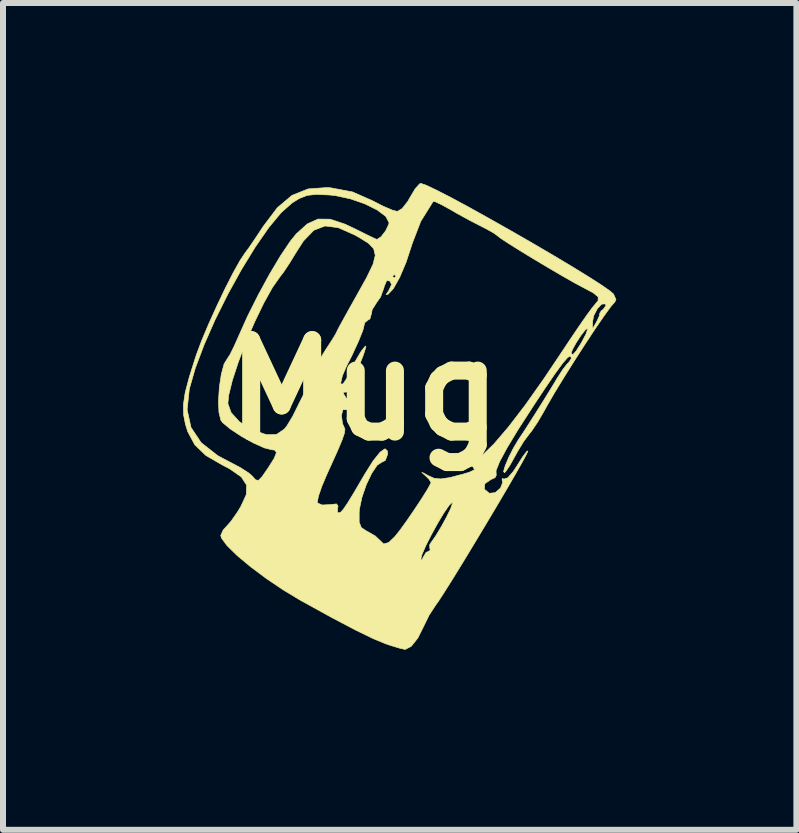
<source format=kicad_pcb>
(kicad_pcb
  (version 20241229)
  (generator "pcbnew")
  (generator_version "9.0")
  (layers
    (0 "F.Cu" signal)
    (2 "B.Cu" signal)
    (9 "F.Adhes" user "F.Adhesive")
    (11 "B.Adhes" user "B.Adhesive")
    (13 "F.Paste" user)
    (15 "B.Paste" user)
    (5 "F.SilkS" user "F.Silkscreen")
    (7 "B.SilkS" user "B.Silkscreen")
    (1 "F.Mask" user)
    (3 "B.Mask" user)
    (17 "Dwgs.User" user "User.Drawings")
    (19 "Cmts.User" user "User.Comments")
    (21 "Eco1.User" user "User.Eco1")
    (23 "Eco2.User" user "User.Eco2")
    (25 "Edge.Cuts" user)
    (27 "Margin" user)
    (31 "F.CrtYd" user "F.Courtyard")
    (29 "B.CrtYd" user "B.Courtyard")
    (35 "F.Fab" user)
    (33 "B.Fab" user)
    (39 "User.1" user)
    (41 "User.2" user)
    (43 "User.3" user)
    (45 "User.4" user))
  (footprint "Mug"
    (layer "F.Cu")
    (at 3.021 3.45)
    (property "Reference" "Mug" (at 0 0 0) (layer "F.SilkS") (effects (font (size 1.524 1.524) (thickness 0.3))))
    (attr through_hole)
    (fp_poly (pts (xy 1.025 -3.416) (xy 1.196 -3.335) (xy 1.436 -3.212) (xy 1.728 -3.055) (xy 2.057 -2.872) (xy 2.408 -2.674) (xy 2.765 -2.469) (xy 3.112 -2.266) (xy 3.434 -2.074) (xy 3.714 -1.902) (xy 3.938 -1.759) (xy 4.09 -1.653) (xy 4.148 -1.603) (xy 4.19 -1.51) (xy 4.171 -1.47) (xy 4.107 -1.397) (xy 3.996 -1.244) (xy 3.849 -1.031) (xy 3.681 -0.776) (xy 3.503 -0.5) (xy 3.329 -0.223) (xy 3.17 0.037) (xy 3.041 0.259) (xy 2.991 0.35) (xy 2.886 0.53) (xy 2.783 0.683) (xy 2.745 0.73) (xy 2.652 0.854) (xy 2.547 1.027) (xy 2.51 1.095) (xy 2.425 1.248) (xy 2.354 1.353) (xy 2.332 1.375) (xy 2.317 1.353) (xy 2.345 1.258) (xy 2.403 1.12) (xy 2.479 0.969) (xy 2.559 0.834) (xy 2.565 0.824) (xy 2.678 0.654) (xy 2.827 0.421) (xy 2.991 0.16) (xy 3.146 -0.092) (xy 3.213 -0.204) (xy 3.306 -0.348) (xy 3.379 -0.441) (xy 3.399 -0.457) (xy 3.444 -0.524) (xy 3.445 -0.534) (xy 3.431 -0.571) (xy 3.385 -0.545) (xy 3.301 -0.448) (xy 3.173 -0.273) (xy 2.995 -0.012) (xy 2.826 0.243) (xy 2.566 0.645) (xy 2.376 0.959) (xy 2.252 1.189) (xy 2.192 1.34) (xy 2.195 1.416) (xy 2.196 1.418) (xy 2.175 1.457) (xy 2.106 1.488) (xy 2.005 1.558) (xy 1.997 1.648) (xy 2.08 1.717) (xy 2.178 1.706) (xy 2.266 1.631) (xy 2.303 1.536) (xy 2.292 1.495) (xy 2.298 1.469) (xy 2.323 1.481) (xy 2.388 1.459) (xy 2.483 1.349) (xy 2.544 1.254) (xy 2.635 1.11) (xy 2.701 1.023) (xy 2.723 1.01) (xy 2.701 1.064) (xy 2.627 1.201) (xy 2.511 1.405) (xy 2.363 1.66) (xy 2.192 1.95) (xy 2.008 2.258) (xy 1.821 2.569) (xy 1.641 2.866) (xy 1.476 3.134) (xy 1.337 3.355) (xy 1.234 3.514) (xy 1.184 3.584) (xy 1.077 3.748) (xy 0.991 3.924) (xy 0.89 4.127) (xy 0.78 4.266) (xy 0.68 4.318) (xy 0.677 4.318) (xy 0.587 4.298) (xy 0.433 4.251) (xy 0.353 4.224) (xy 0.147 4.139) (xy -0.149 3.995) (xy -0.537 3.791) (xy -1.02 3.525) (xy -1.06 3.503) (xy -1.351 3.328) (xy -1.636 3.136) (xy -1.899 2.939) (xy -2.053 2.81) (xy 0.941 2.81) (xy 0.957 2.835) (xy 0.975 2.788) (xy 1.027 2.701) (xy 1.065 2.686) (xy 1.1 2.661) (xy 1.09 2.648) (xy 1.086 2.576) (xy 1.104 2.545) (xy 1.187 2.427) (xy 1.281 2.272) (xy 1.369 2.11) (xy 1.437 1.97) (xy 1.467 1.883) (xy 1.462 1.869) (xy 1.411 1.917) (xy 1.325 2.041) (xy 1.221 2.214) (xy 1.115 2.407) (xy 1.022 2.59) (xy 0.959 2.736) (xy 0.941 2.81) (xy -2.053 2.81) (xy -2.123 2.752) (xy -2.289 2.589) (xy -2.381 2.464) (xy -2.394 2.419) (xy -2.353 2.328) (xy -2.303 2.274) (xy -2.221 2.181) (xy -2.115 2.029) (xy -2.062 1.942) (xy -2.027 1.867) (xy -0.785 1.867) (xy -0.782 1.879) (xy -0.704 1.912) (xy -0.579 1.906) (xy -0.465 1.894) (xy -0.439 1.932) (xy -0.447 1.958) (xy -0.448 2.032) (xy -0.426 2.044) (xy -0.394 2.03) (xy -0.349 1.98) (xy -0.279 1.877) (xy -0.174 1.705) (xy -0.025 1.45) (xy 0.000185 1.407) (xy 0.144 1.178) (xy 0.261 1.032) (xy 0.343 0.975) (xy 0.384 1.013) (xy 0.386 1.067) (xy 0.347 1.171) (xy 0.292 1.197) (xy 0.212 1.249) (xy 0.121 1.384) (xy 0.032 1.571) (xy -0.041 1.781) (xy -0.084 1.981) (xy -0.088 2.034) (xy -0.088 2.198) (xy -0.052 2.289) (xy 0.038 2.348) (xy 0.051 2.354) (xy 0.18 2.428) (xy 0.251 2.495) (xy 0.32 2.561) (xy 0.404 2.537) (xy 0.507 2.438) (xy 0.59 2.334) (xy 0.704 2.176) (xy 0.831 1.991) (xy 0.952 1.808) (xy 1.049 1.653) (xy 1.103 1.554) (xy 1.109 1.535) (xy 1.07 1.476) (xy 1.007 1.416) (xy 0.955 1.369) (xy 0.992 1.383) (xy 1.057 1.42) (xy 1.157 1.466) (xy 1.268 1.478) (xy 1.421 1.456) (xy 1.644 1.397) (xy 1.742 1.368) (xy 1.831 1.327) (xy 1.814 1.282) (xy 1.8 1.272) (xy 1.755 1.22) (xy 1.81 1.184) (xy 1.96 1.087) (xy 2.158 0.894) (xy 2.399 0.612) (xy 2.677 0.25) (xy 2.986 -0.187) (xy 3.233 -0.555) (xy 3.277 -0.621) (xy 3.445 -0.621) (xy 3.465 -0.586) (xy 3.525 -0.651) (xy 3.617 -0.796) (xy 3.688 -0.931) (xy 3.719 -1.019) (xy 3.719 -1.022) (xy 3.799 -1.022) (xy 3.867 -1.139) (xy 3.913 -1.238) (xy 3.918 -1.278) (xy 3.945 -1.323) (xy 3.978 -1.348) (xy 4.023 -1.411) (xy 4.012 -1.438) (xy 3.951 -1.434) (xy 3.879 -1.357) (xy 3.819 -1.241) (xy 3.799 -1.139) (xy 3.799 -1.022) (xy 3.719 -1.022) (xy 3.717 -1.032) (xy 3.677 -1.003) (xy 3.605 -0.91) (xy 3.526 -0.789) (xy 3.465 -0.678) (xy 3.445 -0.621) (xy 3.277 -0.621) (xy 3.412 -0.824) (xy 3.574 -1.064) (xy 3.707 -1.255) (xy 3.797 -1.377) (xy 3.821 -1.406) (xy 3.892 -1.491) (xy 3.893 -1.555) (xy 3.811 -1.622) (xy 3.664 -1.7) (xy 3.505 -1.785) (xy 3.296 -1.904) (xy 3.058 -2.043) (xy 2.814 -2.189) (xy 2.586 -2.328) (xy 2.396 -2.447) (xy 2.266 -2.533) (xy 2.219 -2.57) (xy 2.152 -2.619) (xy 2.019 -2.693) (xy 1.956 -2.725) (xy 1.763 -2.824) (xy 1.54 -2.946) (xy 1.443 -3.003) (xy 1.287 -3.089) (xy 1.179 -3.14) (xy 1.146 -3.146) (xy 0.938 -2.813) (xy 0.795 -2.442) (xy 0.79 -2.425) (xy 0.694 -2.132) (xy 0.587 -1.88) (xy 0.482 -1.693) (xy 0.395 -1.599) (xy 0.36 -1.592) (xy 0.403 -1.655) (xy 0.452 -1.761) (xy 0.424 -1.818) (xy 0.371 -1.827) (xy 0.329 -1.728) (xy 0.323 -1.703) (xy 0.269 -1.554) (xy 0.201 -1.457) (xy 0.128 -1.341) (xy 0.117 -1.277) (xy 0.091 -1.187) (xy 0.058 -1.168) (xy 0.003 -1.123) (xy 0 -1.104) (xy -0.026 -0.998) (xy -0.098 -0.818) (xy -0.203 -0.589) (xy -0.302 -0.393) (xy -0.368 -0.24) (xy -0.394 -0.124) (xy -0.391 -0.101) (xy -0.355 -0.107) (xy -0.293 -0.199) (xy -0.246 -0.292) (xy -0.157 -0.474) (xy -0.068 -0.628) (xy -0.038 -0.671) (xy 0.017 -0.737) (xy 0.025 -0.721) (xy -0.01 -0.611) (xy -0.019 -0.584) (xy -0.088 -0.408) (xy -0.158 -0.259) (xy -0.162 -0.252) (xy -0.219 -0.115) (xy -0.234 -0.03) (xy -0.261 0.034) (xy -0.292 0.029) (xy -0.346 0.035) (xy -0.35 0.057) (xy -0.304 0.131) (xy -0.263 0.154) (xy -0.187 0.218) (xy -0.179 0.292) (xy -0.234 0.331) (xy -0.28 0.325) (xy -0.359 0.325) (xy -0.382 0.412) (xy -0.382 0.433) (xy -0.365 0.558) (xy -0.34 0.614) (xy -0.325 0.649) (xy -0.334 0.717) (xy -0.374 0.833) (xy -0.45 1.014) (xy -0.57 1.279) (xy -0.621 1.391) (xy -0.709 1.598) (xy -0.767 1.766) (xy -0.785 1.867) (xy -2.027 1.867) (xy -1.969 1.741) (xy -1.963 1.581) (xy -2.052 1.444) (xy -2.244 1.31) (xy -2.367 1.246) (xy -2.642 1.087) (xy -2.826 0.91) (xy -2.944 0.69) (xy -2.982 0.567) (xy -3.014 0.406) (xy -3.015 0.324) (xy -2.954 0.324) (xy -2.889 0.621) (xy -2.72 0.874) (xy -2.443 1.091) (xy -2.25 1.193) (xy -2.069 1.288) (xy -1.926 1.38) (xy -1.871 1.428) (xy -1.812 1.494) (xy -1.765 1.502) (xy -1.706 1.441) (xy -1.608 1.3) (xy -1.502 1.132) (xy -1.466 1.037) (xy -1.496 0.997) (xy -1.538 0.993) (xy -1.667 0.961) (xy -1.849 0.879) (xy -2.05 0.768) (xy -2.232 0.648) (xy -2.36 0.542) (xy -2.392 0.5) (xy -2.424 0.369) (xy -2.43 0.222) (xy -2.275 0.222) (xy -2.221 0.373) (xy -2.082 0.526) (xy -1.887 0.652) (xy -1.862 0.663) (xy -1.632 0.741) (xy -1.465 0.737) (xy -1.336 0.649) (xy -1.295 0.599) (xy -1.194 0.432) (xy -1.099 0.24) (xy -1.09 0.22) (xy -1 0.043) (xy -0.898 -0.106) (xy -0.884 -0.122) (xy -0.809 -0.236) (xy -0.798 -0.326) (xy -0.784 -0.415) (xy -0.717 -0.56) (xy -0.648 -0.672) (xy -0.549 -0.823) (xy -0.483 -0.93) (xy -0.467 -0.962) (xy -0.44 -1.018) (xy -0.366 -1.155) (xy -0.256 -1.353) (xy -0.122 -1.592) (xy -0.116 -1.603) (xy 0.044 -1.89) (xy 0.047 -1.898) (xy 0.467 -1.898) (xy 0.496 -1.869) (xy 0.526 -1.898) (xy 0.496 -1.927) (xy 0.467 -1.898) (xy 0.047 -1.898) (xy 0.143 -2.098) (xy 0.18 -2.246) (xy 0.154 -2.357) (xy 0.064 -2.45) (xy -0.09 -2.546) (xy -0.164 -2.587) (xy -0.437 -2.708) (xy -0.657 -2.736) (xy -0.844 -2.664) (xy -1.016 -2.486) (xy -1.14 -2.293) (xy -1.251 -2.112) (xy -1.355 -1.956) (xy -1.401 -1.898) (xy -1.532 -1.712) (xy -1.678 -1.45) (xy -1.829 -1.137) (xy -1.974 -0.801) (xy -2.101 -0.468) (xy -2.201 -0.163) (xy -2.262 0.086) (xy -2.275 0.222) (xy -2.43 0.222) (xy -2.431 0.172) (xy -2.417 -0.052) (xy -2.384 -0.268) (xy -2.338 -0.438) (xy -2.285 -0.524) (xy -2.241 -0.591) (xy -2.171 -0.732) (xy -2.107 -0.876) (xy -1.951 -1.224) (xy -1.771 -1.584) (xy -1.582 -1.931) (xy -1.398 -2.239) (xy -1.234 -2.483) (xy -1.135 -2.605) (xy -0.952 -2.77) (xy -0.773 -2.851) (xy -0.572 -2.849) (xy -0.323 -2.766) (xy -0.152 -2.685) (xy 0.025 -2.597) (xy 0.155 -2.534) (xy 0.208 -2.511) (xy 0.277 -2.556) (xy 0.355 -2.658) (xy 0.405 -2.765) (xy 0.409 -2.793) (xy 0.355 -2.895) (xy 0.213 -3.002) (xy 0.008 -3.104) (xy -0.234 -3.188) (xy -0.487 -3.242) (xy -0.584 -3.252) (xy -0.804 -3.262) (xy -0.956 -3.245) (xy -1.087 -3.193) (xy -1.206 -3.119) (xy -1.387 -2.959) (xy -1.595 -2.708) (xy -1.819 -2.385) (xy -2.049 -2.01) (xy -2.275 -1.601) (xy -2.486 -1.178) (xy -2.67 -0.76) (xy -2.818 -0.367) (xy -2.917 -0.022) (xy -2.954 0.324) (xy -3.015 0.324) (xy -3.016 0.238) (xy -2.986 0.038) (xy -2.918 -0.219) (xy -2.811 -0.557) (xy -2.799 -0.593) (xy -2.713 -0.823) (xy -2.596 -1.101) (xy -2.461 -1.399) (xy -2.321 -1.693) (xy -2.187 -1.956) (xy -2.071 -2.163) (xy -1.987 -2.289) (xy -1.984 -2.292) (xy -1.923 -2.375) (xy -1.82 -2.526) (xy -1.697 -2.712) (xy -1.685 -2.73) (xy -1.451 -3.04) (xy -1.208 -3.245) (xy -0.939 -3.353) (xy -0.625 -3.376) (xy -0.566 -3.372) (xy -0.199 -3.303) (xy 0.126 -3.16) (xy 0.312 -3.065) (xy 0.467 -2.999) (xy 0.548 -2.978) (xy 0.628 -3.026) (xy 0.723 -3.147) (xy 0.759 -3.211) (xy 0.843 -3.352) (xy 0.916 -3.435) (xy 0.938 -3.445) (xy 1.025 -3.416)) (stroke (width 0.01) (type solid)) (fill yes) (layer "F.SilkS"))
    (fp_poly (pts (xy 0 0.788) (xy -0.029 0.817) (xy -0.058 0.788) (xy -0.029 0.759) (xy 0 0.788)) (stroke (width 0.01) (type solid)) (fill no) (layer "Eco2.User"))
    (fp_poly (pts (xy 0.058 0.963) (xy 0.029 0.993) (xy 0 0.963) (xy 0.029 0.934) (xy 0.058 0.963)) (stroke (width 0.01) (type solid)) (fill no) (layer "Eco2.User"))
    (fp_poly (pts (xy 0.058 1.781) (xy 0.029 1.81) (xy 0 1.781) (xy 0.029 1.752) (xy 0.058 1.781)) (stroke (width 0.01) (type solid)) (fill no) (layer "Eco2.User"))
    (fp_poly (pts (xy 0.117 1.664) (xy 0.088 1.693) (xy 0.058 1.664) (xy 0.088 1.635) (xy 0.117 1.664)) (stroke (width 0.01) (type solid)) (fill no) (layer "Eco2.User"))
    (fp_poly (pts (xy 0.292 0.496) (xy 0.263 0.526) (xy 0.234 0.496) (xy 0.263 0.467) (xy 0.292 0.496)) (stroke (width 0.01) (type solid)) (fill no) (layer "Eco2.User"))
    (fp_poly (pts (xy 0.876 1.372) (xy 0.847 1.401) (xy 0.817 1.372) (xy 0.847 1.343) (xy 0.876 1.372)) (stroke (width 0.01) (type solid)) (fill no) (layer "Eco2.User"))
    (fp_poly (pts (xy 0.097 -0.915) (xy 0.104 -0.845) (xy 0.097 -0.837) (xy 0.063 -0.845) (xy 0.058 -0.876) (xy 0.08 -0.924) (xy 0.097 -0.915)) (stroke (width 0.01) (type solid)) (fill no) (layer "Eco2.User"))
    (fp_poly (pts (xy 0.331 -1.44) (xy 0.338 -1.371) (xy 0.331 -1.362) (xy 0.296 -1.37) (xy 0.292 -1.401) (xy 0.313 -1.449) (xy 0.331 -1.44)) (stroke (width 0.01) (type solid)) (fill no) (layer "Eco2.User"))
    (fp_poly (pts (xy 1.265 1.187) (xy 1.257 1.222) (xy 1.226 1.226) (xy 1.178 1.205) (xy 1.187 1.187) (xy 1.257 1.18) (xy 1.265 1.187)) (stroke (width 0.01) (type solid)) (fill no) (layer "Eco2.User"))
    (fp_poly (pts (xy 0.516 1.075) (xy 0.579 1.133) (xy 0.566 1.167) (xy 0.558 1.168) (xy 0.509 1.126) (xy 0.491 1.1) (xy 0.484 1.06) (xy 0.516 1.075)) (stroke (width 0.01) (type solid)) (fill no) (layer "Eco2.User"))
    (fp_poly (pts (xy 0.215 -1.13) (xy 0.204 -1.109) (xy 0.149 -1.054) (xy 0.139 -1.051) (xy 0.135 -1.089) (xy 0.146 -1.109) (xy 0.201 -1.165) (xy 0.211 -1.168) (xy 0.215 -1.13)) (stroke (width 0.01) (type solid)) (fill no) (layer "Eco2.User"))
    (fp_poly (pts (xy 1.235 1.024) (xy 1.285 1.051) (xy 1.331 1.097) (xy 1.314 1.108) (xy 1.218 1.079) (xy 1.168 1.051) (xy 1.121 1.005) (xy 1.139 0.994) (xy 1.235 1.024)) (stroke (width 0.01) (type solid)) (fill no) (layer "Eco2.User"))
    (fp_poly (pts (xy 3.478 -0.132) (xy 3.445 -0.058) (xy 3.385 0.033) (xy 3.353 0.058) (xy 3.354 0.015) (xy 3.387 -0.058) (xy 3.447 -0.15) (xy 3.478 -0.175) (xy 3.478 -0.132)) (stroke (width 0.01) (type solid)) (fill no) (layer "Eco2.User"))
    (fp_poly (pts (xy 3.276 0.222) (xy 3.275 0.223) (xy 3.198 0.336) (xy 3.147 0.383) (xy 3.113 0.386) (xy 3.147 0.303) (xy 3.148 0.302) (xy 3.225 0.19) (xy 3.276 0.142) (xy 3.31 0.14) (xy 3.276 0.222)) (stroke (width 0.01) (type solid)) (fill no) (layer "Eco2.User")))
  (gr_rect
    (start -3 -3)
    (end 10.216 10.773)
    (stroke (width 0.1) (type default))
    (fill no)
    (layer "Edge.Cuts")))
</source>
